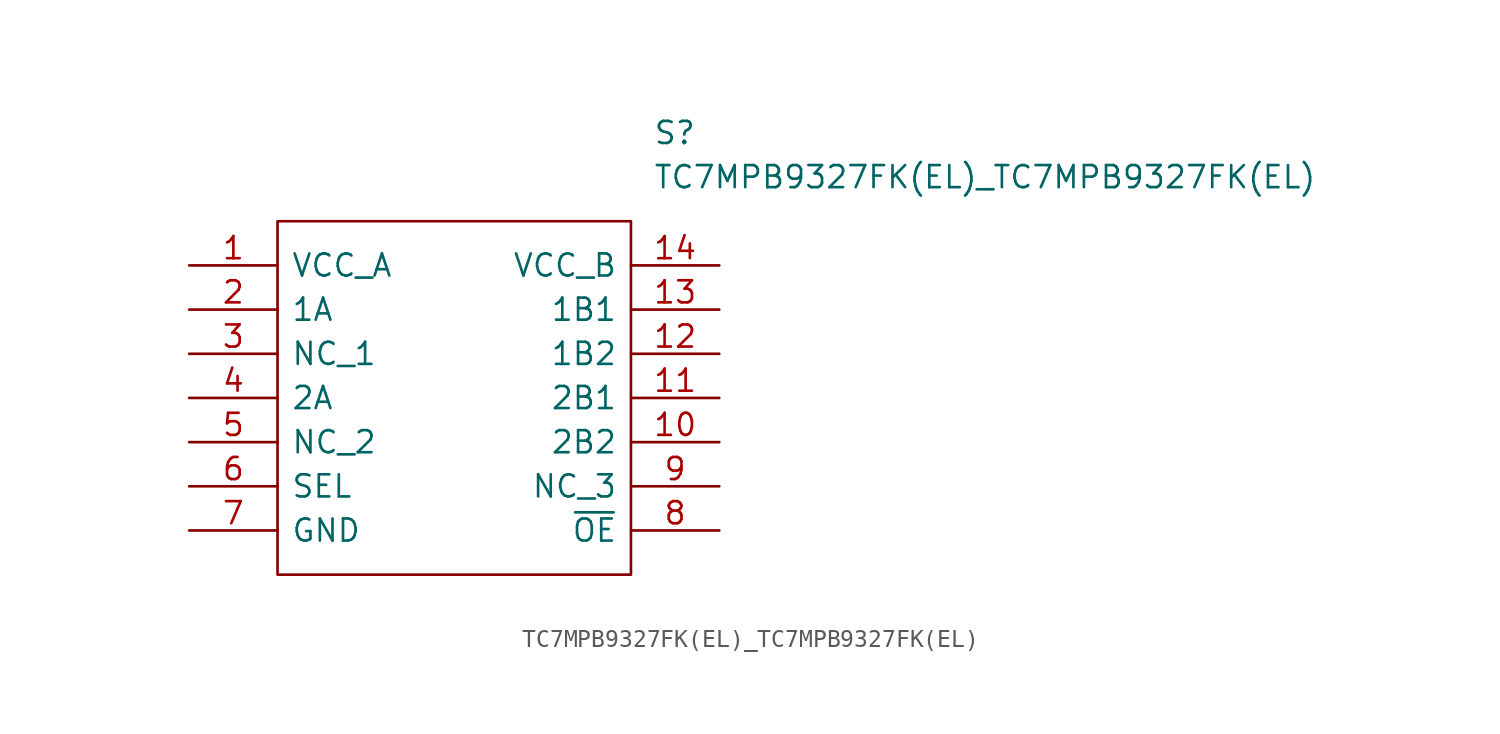
<source format=kicad_sym>
(kicad_symbol_lib
  (version 20220914)
  (generator kicad_symbol_editor)
  (symbol "TC7MPB9327FK(EL)_TC7MPB9327FK(EL)"
    (pin_names
      (offset 0.762))
    (property "Reference" "S"
      (at 26.67 7.62 0)
      (effects (font (size 1.27 1.27)) (justify left)))
    (property "Value" "TC7MPB9327FK(EL)_TC7MPB9327FK(EL)"
      (at 26.67 5.08 0)
      (effects (font (size 1.27 1.27)) (justify left)))
    (symbol "TC7MPB9327FK(EL)_TC7MPB9327FK(EL)_0_0"
      (pin power_in line (at 0 0 0) (length 5.08) (name "VCC_A" (effects (font (size 1.27 1.27)))) (number "1" (effects (font (size 1.27 1.27)))))
      (pin unspecified line (at 30.48 -10.16 180) (length 5.08) (name "2B2" (effects (font (size 1.27 1.27)))) (number "10" (effects (font (size 1.27 1.27)))))
      (pin unspecified line (at 30.48 -7.62 180) (length 5.08) (name "2B1" (effects (font (size 1.27 1.27)))) (number "11" (effects (font (size 1.27 1.27)))))
      (pin unspecified line (at 30.48 -5.08 180) (length 5.08) (name "1B2" (effects (font (size 1.27 1.27)))) (number "12" (effects (font (size 1.27 1.27)))))
      (pin unspecified line (at 30.48 -2.54 180) (length 5.08) (name "1B1" (effects (font (size 1.27 1.27)))) (number "13" (effects (font (size 1.27 1.27)))))
      (pin power_in line (at 30.48 0 180) (length 5.08) (name "VCC_B" (effects (font (size 1.27 1.27)))) (number "14" (effects (font (size 1.27 1.27)))))
      (pin bidirectional line (at 0 -2.54 0) (length 5.08) (name "1A" (effects (font (size 1.27 1.27)))) (number "2" (effects (font (size 1.27 1.27)))))
      (pin unspecified line (at 0 -5.08 0) (length 5.08) (name "NC_1" (effects (font (size 1.27 1.27)))) (number "3" (effects (font (size 1.27 1.27)))))
      (pin unspecified line (at 0 -7.62 0) (length 5.08) (name "2A" (effects (font (size 1.27 1.27)))) (number "4" (effects (font (size 1.27 1.27)))))
      (pin unspecified line (at 0 -10.16 0) (length 5.08) (name "NC_2" (effects (font (size 1.27 1.27)))) (number "5" (effects (font (size 1.27 1.27)))))
      (pin input line (at 0 -12.7 0) (length 5.08) (name "SEL" (effects (font (size 1.27 1.27)))) (number "6" (effects (font (size 1.27 1.27)))))
      (pin power_in line (at 0 -15.24 0) (length 5.08) (name "GND" (effects (font (size 1.27 1.27)))) (number "7" (effects (font (size 1.27 1.27)))))
      (pin input line (at 30.48 -15.24 180) (length 5.08) (name "~{OE}" (effects (font (size 1.27 1.27)))) (number "8" (effects (font (size 1.27 1.27)))))
      (pin unspecified line (at 30.48 -12.7 180) (length 5.08) (name "NC_3" (effects (font (size 1.27 1.27)))) (number "9" (effects (font (size 1.27 1.27))))))
    (symbol "TC7MPB9327FK(EL)_TC7MPB9327FK(EL)_0_1"
      (polyline (pts (xy 5.08 2.54) (xy 25.4 2.54) (xy 25.4 -17.78) (xy 5.08 -17.78) (xy 5.08 2.54)) (stroke (width 0.152) (type solid)) (fill (type none))))))
</source>
